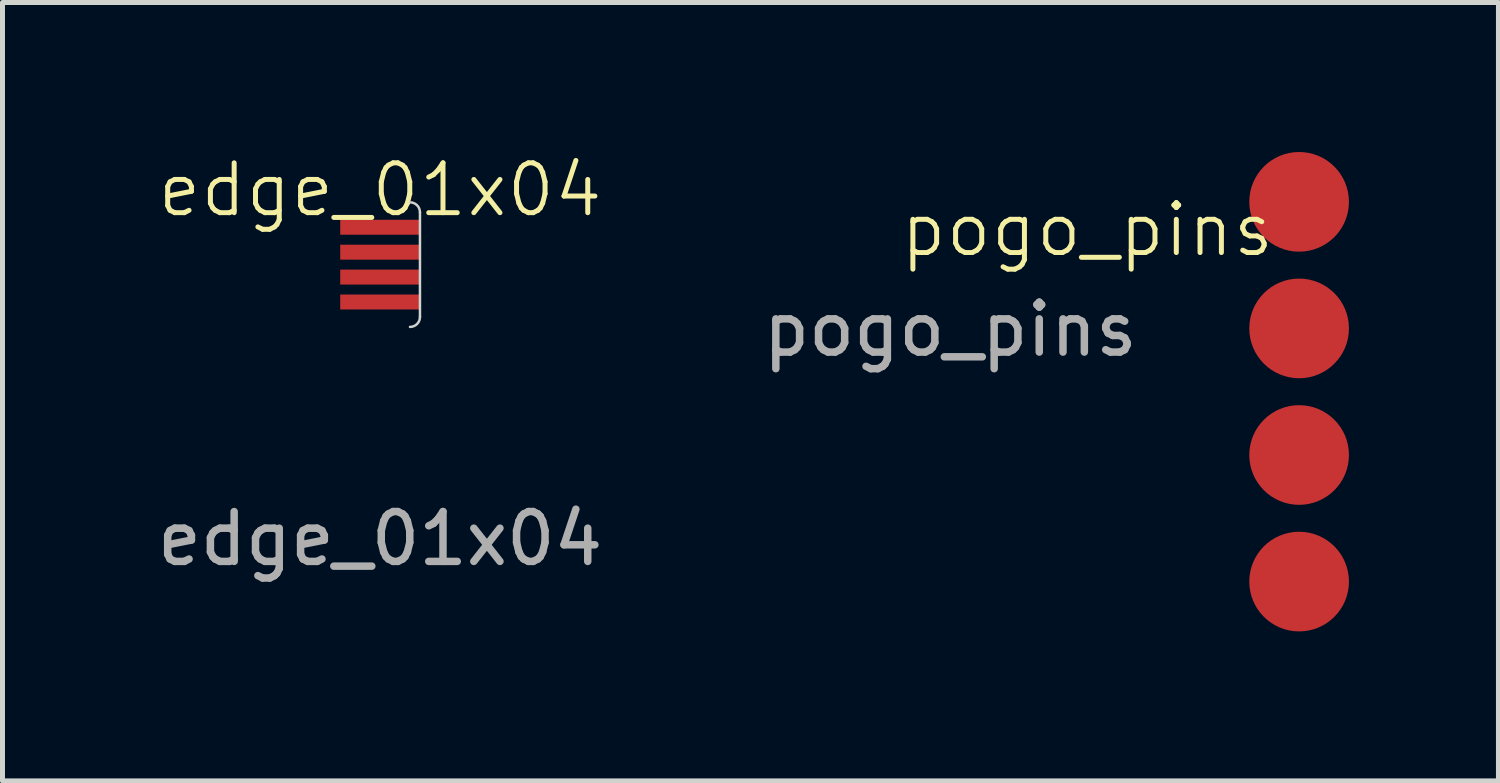
<source format=kicad_pcb>
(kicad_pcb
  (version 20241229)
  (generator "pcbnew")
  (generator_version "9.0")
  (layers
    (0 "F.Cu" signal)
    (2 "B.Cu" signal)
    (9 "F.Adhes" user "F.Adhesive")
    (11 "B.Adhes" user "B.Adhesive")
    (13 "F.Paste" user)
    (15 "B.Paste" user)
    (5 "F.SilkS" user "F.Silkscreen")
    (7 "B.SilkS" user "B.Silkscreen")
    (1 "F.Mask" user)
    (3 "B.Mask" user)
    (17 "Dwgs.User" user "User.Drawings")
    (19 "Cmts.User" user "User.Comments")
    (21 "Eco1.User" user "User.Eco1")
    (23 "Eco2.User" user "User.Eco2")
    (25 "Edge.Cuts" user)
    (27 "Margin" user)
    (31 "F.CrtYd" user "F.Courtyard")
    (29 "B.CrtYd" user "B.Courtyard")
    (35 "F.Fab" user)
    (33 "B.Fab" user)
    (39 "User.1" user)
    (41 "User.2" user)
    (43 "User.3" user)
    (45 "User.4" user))
  (footprint "edge_01x04"
    (layer "F.Cu")
    (at 4.577 3.01)
    (property "Reference" "edge_01x04" (at 0 -2.25 0) (unlocked yes) (layer "F.SilkS") (effects (font (size 1 1) (thickness 0.1))))
    (attr smd)
    (fp_line (start 0.8 -1.8) (end 0.8 0.3) (stroke (width 0.05) (type default)) (layer "Edge.Cuts"))
    (fp_arc (start 0.6 -2) (mid 0.741421 -1.941421) (end 0.8 -1.8) (stroke (width 0.05) (type default)) (layer "Edge.Cuts"))
    (fp_arc (start 0.8 0.3) (mid 0.741421 0.441421) (end 0.6 0.5) (stroke (width 0.05) (type default)) (layer "Edge.Cuts"))
    (fp_text user "${REFERENCE}" (at 0 4.75 0) (unlocked yes) (layer "F.Fab") (effects (font (size 1 1) (thickness 0.15))))
    (pad "1" smd rect (at 0 -1.5) (size 1.6 0.3) (layers "F.Cu" "F.Mask"))
    (pad "2" smd rect (at 0 -1) (size 1.6 0.3) (layers "F.Cu" "F.Mask"))
    (pad "3" smd rect (at 0 -0.5) (size 1.6 0.3) (layers "F.Cu" "F.Mask"))
    (pad "4" smd rect (at 0 0) (size 1.6 0.3) (layers "F.Cu" "F.Mask")))
  (footprint "pogo_pins"
    (layer "F.Cu")
    (at 23.018 4.81)
    (property "Reference" "pogo_pins" (at -4.25 -3.25 0) (unlocked yes) (layer "F.SilkS") (effects (font (size 1 1) (thickness 0.1))))
    (attr smd)
    (fp_text user "${REFERENCE}" (at -7 -1.25 0) (unlocked yes) (layer "F.Fab") (effects (font (size 1 1) (thickness 0.15))))
    (pad "1" smd circle (at 0 -3.81) (size 2 2) (layers "F.Cu" "F.Mask"))
    (pad "2" smd circle (at 0 -1.27) (size 2 2) (layers "F.Cu" "F.Mask"))
    (pad "3" smd circle (at 0 1.27) (size 2 2) (layers "F.Cu" "F.Mask"))
    (pad "4" smd circle (at 0 3.81) (size 2 2) (layers "F.Cu" "F.Mask")))
  (gr_rect
    (start -3 -3)
    (end 27.018 12.62)
    (stroke (width 0.1) (type default))
    (fill no)
    (layer "Edge.Cuts")))
</source>
